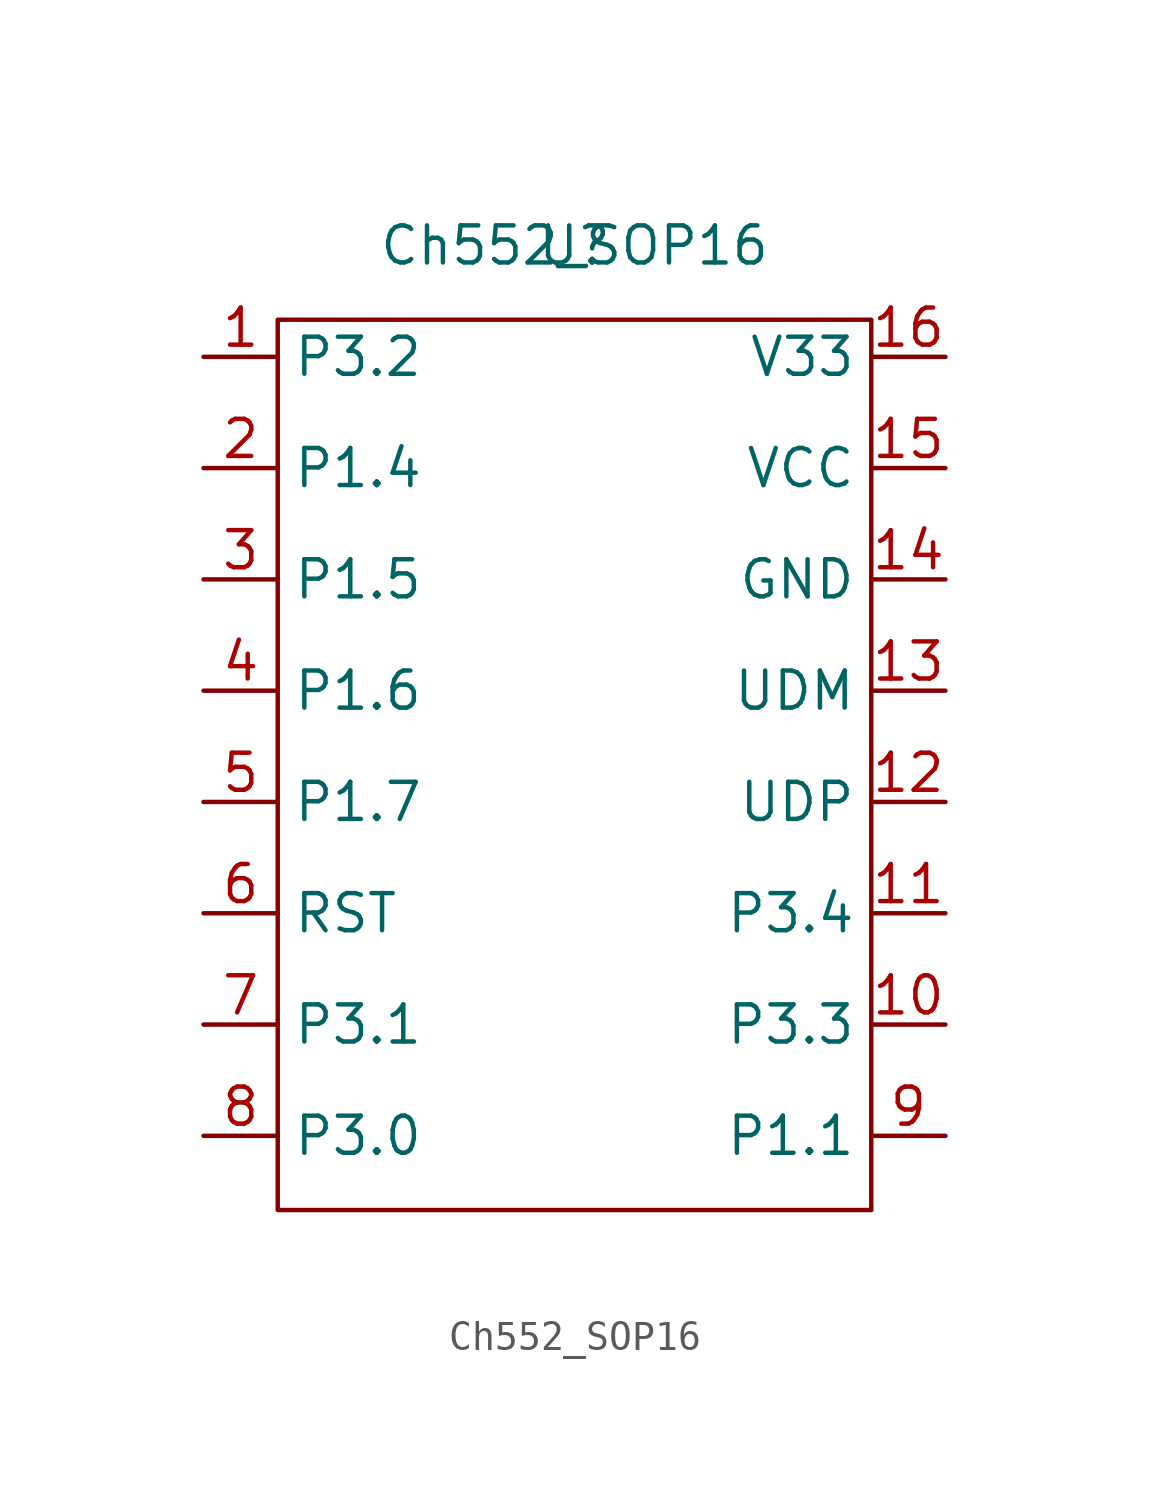
<source format=kicad_sym>
(kicad_symbol_lib
  (version 20211014)
  (generator kicad_symbol_editor)
  (symbol "Ch552G:Ch552_SOP16"
    (property "Reference" "U"
      (at 0 0 0)
      (effects (font (size 1.27 1.27))))
    (property "Value" "Ch552_SOP16"
      (at 0 0 0)
      (effects (font (size 1.27 1.27))))
    (symbol "Ch552_SOP16_0_1"
      (rectangle (start -10.16 -2.54) (end 10.16 -33.02) (stroke (width 0.152) (type default) (color 0 0 0 0)) (fill (type none))))
    (symbol "Ch552_SOP16_1_1"
      (pin input line (at -12.7 -3.81 0) (length 2.54) (name "P3.2" (effects (font (size 1.27 1.27)))) (number "1" (effects (font (size 1.27 1.27)))))
      (pin input line (at 12.7 -26.67 180) (length 2.54) (name "P3.3" (effects (font (size 1.27 1.27)))) (number "10" (effects (font (size 1.27 1.27)))))
      (pin input line (at 12.7 -22.86 180) (length 2.54) (name "P3.4" (effects (font (size 1.27 1.27)))) (number "11" (effects (font (size 1.27 1.27)))))
      (pin input line (at 12.7 -19.05 180) (length 2.54) (name "UDP" (effects (font (size 1.27 1.27)))) (number "12" (effects (font (size 1.27 1.27)))))
      (pin input line (at 12.7 -15.24 180) (length 2.54) (name "UDM" (effects (font (size 1.27 1.27)))) (number "13" (effects (font (size 1.27 1.27)))))
      (pin input line (at 12.7 -11.43 180) (length 2.54) (name "GND" (effects (font (size 1.27 1.27)))) (number "14" (effects (font (size 1.27 1.27)))))
      (pin input line (at 12.7 -7.62 180) (length 2.54) (name "VCC" (effects (font (size 1.27 1.27)))) (number "15" (effects (font (size 1.27 1.27)))))
      (pin input line (at 12.7 -3.81 180) (length 2.54) (name "V33" (effects (font (size 1.27 1.27)))) (number "16" (effects (font (size 1.27 1.27)))))
      (pin input line (at -12.7 -7.62 0) (length 2.54) (name "P1.4" (effects (font (size 1.27 1.27)))) (number "2" (effects (font (size 1.27 1.27)))))
      (pin input line (at -12.7 -11.43 0) (length 2.54) (name "P1.5" (effects (font (size 1.27 1.27)))) (number "3" (effects (font (size 1.27 1.27)))))
      (pin input line (at -12.7 -15.24 0) (length 2.54) (name "P1.6" (effects (font (size 1.27 1.27)))) (number "4" (effects (font (size 1.27 1.27)))))
      (pin input line (at -12.7 -19.05 0) (length 2.54) (name "P1.7" (effects (font (size 1.27 1.27)))) (number "5" (effects (font (size 1.27 1.27)))))
      (pin input line (at -12.7 -22.86 0) (length 2.54) (name "RST" (effects (font (size 1.27 1.27)))) (number "6" (effects (font (size 1.27 1.27)))))
      (pin input line (at -12.7 -26.67 0) (length 2.54) (name "P3.1" (effects (font (size 1.27 1.27)))) (number "7" (effects (font (size 1.27 1.27)))))
      (pin input line (at -12.7 -30.48 0) (length 2.54) (name "P3.0" (effects (font (size 1.27 1.27)))) (number "8" (effects (font (size 1.27 1.27)))))
      (pin input line (at 12.7 -30.48 180) (length 2.54) (name "P1.1" (effects (font (size 1.27 1.27)))) (number "9" (effects (font (size 1.27 1.27))))))))
</source>
